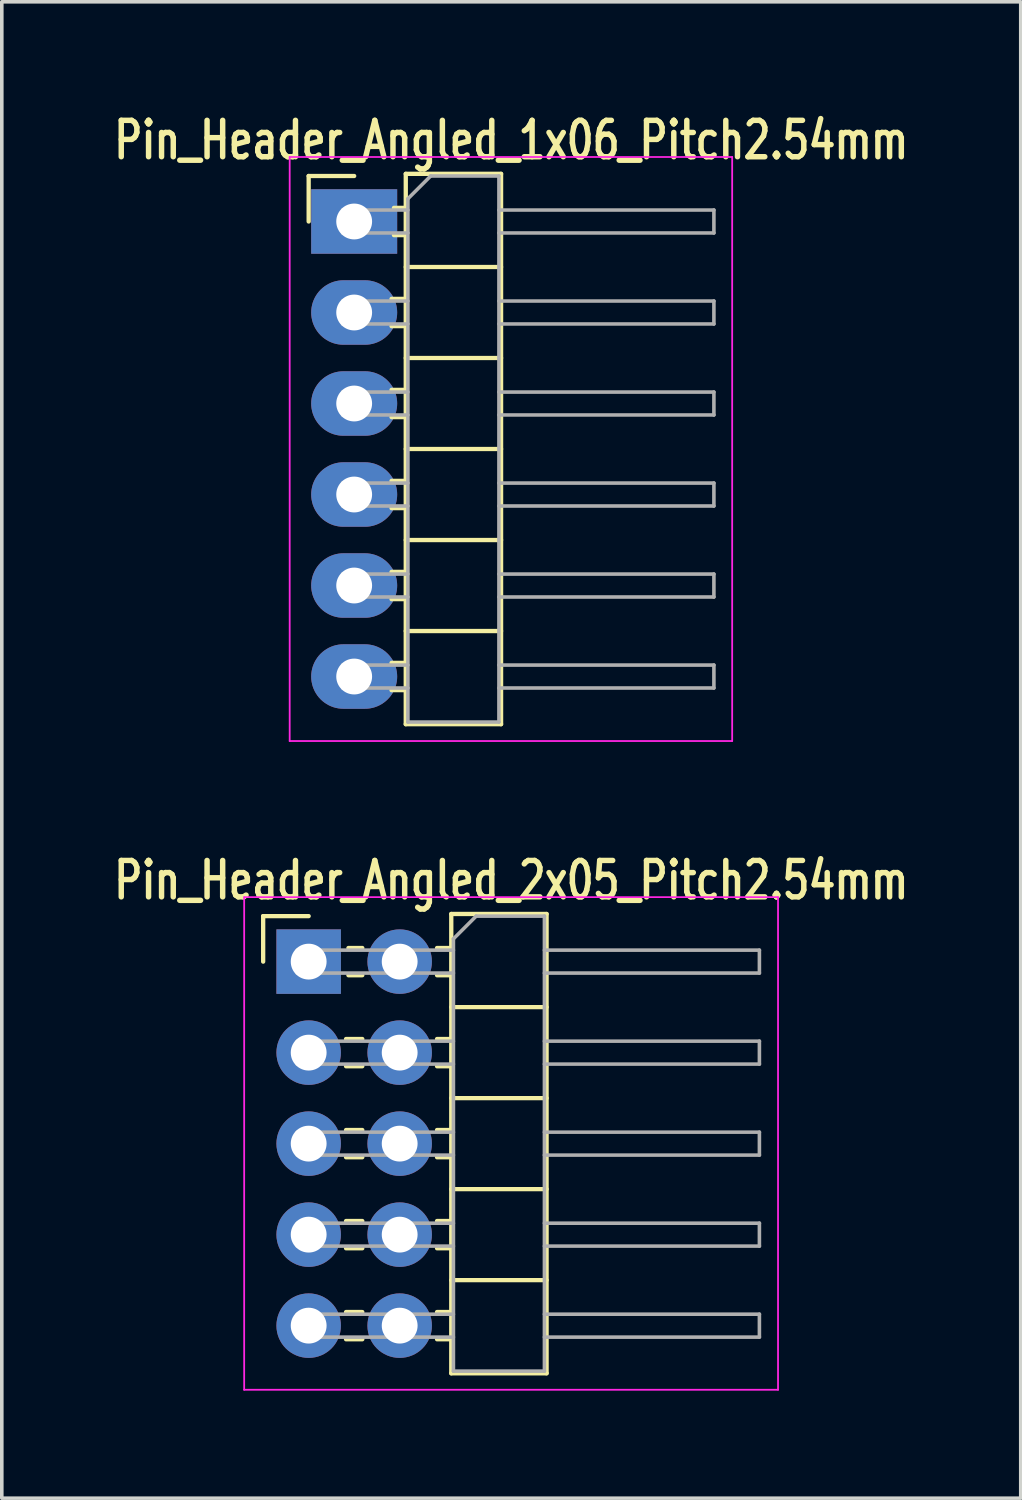
<source format=kicad_pcb>
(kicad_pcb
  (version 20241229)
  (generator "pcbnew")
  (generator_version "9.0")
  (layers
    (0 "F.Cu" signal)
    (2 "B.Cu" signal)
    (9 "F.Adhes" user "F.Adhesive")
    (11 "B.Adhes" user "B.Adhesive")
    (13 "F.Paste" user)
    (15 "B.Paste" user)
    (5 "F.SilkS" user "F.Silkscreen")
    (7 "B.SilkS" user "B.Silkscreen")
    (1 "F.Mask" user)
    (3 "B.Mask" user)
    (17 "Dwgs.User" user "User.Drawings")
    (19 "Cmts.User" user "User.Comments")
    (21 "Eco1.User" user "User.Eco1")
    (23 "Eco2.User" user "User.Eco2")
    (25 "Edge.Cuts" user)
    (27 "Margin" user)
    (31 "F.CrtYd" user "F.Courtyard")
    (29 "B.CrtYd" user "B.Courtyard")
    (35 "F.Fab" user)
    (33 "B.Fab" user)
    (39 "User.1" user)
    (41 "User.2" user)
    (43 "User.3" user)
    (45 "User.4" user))
  (footprint "Pin_Header_Angled_2x05_Pitch2.54mm"
    (layer "F.Cu")
    (at 5.565 23.789)
    (property "Reference" "Pin_Header_Angled_2x05_Pitch2.54mm" (at 5.655 -2.27 0) (layer "F.SilkS") (effects (font (size 1.016 0.762) (thickness 0.152))))
    (attr through_hole)
    (fp_line (start -1.27 -1.27) (end 0 -1.27) (stroke (width 0.12) (type solid)) (layer "F.SilkS"))
    (fp_line (start -1.27 0) (end -1.27 -1.27) (stroke (width 0.12) (type solid)) (layer "F.SilkS"))
    (fp_line (start 1.043 2.16) (end 1.497 2.16) (stroke (width 0.12) (type solid)) (layer "F.SilkS"))
    (fp_line (start 1.043 2.92) (end 1.497 2.92) (stroke (width 0.12) (type solid)) (layer "F.SilkS"))
    (fp_line (start 1.043 4.7) (end 1.497 4.7) (stroke (width 0.12) (type solid)) (layer "F.SilkS"))
    (fp_line (start 1.043 5.46) (end 1.497 5.46) (stroke (width 0.12) (type solid)) (layer "F.SilkS"))
    (fp_line (start 1.043 7.24) (end 1.497 7.24) (stroke (width 0.12) (type solid)) (layer "F.SilkS"))
    (fp_line (start 1.043 8) (end 1.497 8) (stroke (width 0.12) (type solid)) (layer "F.SilkS"))
    (fp_line (start 1.043 9.78) (end 1.497 9.78) (stroke (width 0.12) (type solid)) (layer "F.SilkS"))
    (fp_line (start 1.043 10.54) (end 1.497 10.54) (stroke (width 0.12) (type solid)) (layer "F.SilkS"))
    (fp_line (start 1.11 -0.38) (end 1.497 -0.38) (stroke (width 0.12) (type solid)) (layer "F.SilkS"))
    (fp_line (start 1.11 0.38) (end 1.497 0.38) (stroke (width 0.12) (type solid)) (layer "F.SilkS"))
    (fp_line (start 3.583 -0.38) (end 3.98 -0.38) (stroke (width 0.12) (type solid)) (layer "F.SilkS"))
    (fp_line (start 3.583 0.38) (end 3.98 0.38) (stroke (width 0.12) (type solid)) (layer "F.SilkS"))
    (fp_line (start 3.583 2.16) (end 3.98 2.16) (stroke (width 0.12) (type solid)) (layer "F.SilkS"))
    (fp_line (start 3.583 2.92) (end 3.98 2.92) (stroke (width 0.12) (type solid)) (layer "F.SilkS"))
    (fp_line (start 3.583 4.7) (end 3.98 4.7) (stroke (width 0.12) (type solid)) (layer "F.SilkS"))
    (fp_line (start 3.583 5.46) (end 3.98 5.46) (stroke (width 0.12) (type solid)) (layer "F.SilkS"))
    (fp_line (start 3.583 7.24) (end 3.98 7.24) (stroke (width 0.12) (type solid)) (layer "F.SilkS"))
    (fp_line (start 3.583 8) (end 3.98 8) (stroke (width 0.12) (type solid)) (layer "F.SilkS"))
    (fp_line (start 3.583 9.78) (end 3.98 9.78) (stroke (width 0.12) (type solid)) (layer "F.SilkS"))
    (fp_line (start 3.583 10.54) (end 3.98 10.54) (stroke (width 0.12) (type solid)) (layer "F.SilkS"))
    (fp_line (start 3.98 -1.33) (end 3.98 11.49) (stroke (width 0.12) (type solid)) (layer "F.SilkS"))
    (fp_line (start 3.98 1.27) (end 6.64 1.27) (stroke (width 0.12) (type solid)) (layer "F.SilkS"))
    (fp_line (start 3.98 3.81) (end 6.64 3.81) (stroke (width 0.12) (type solid)) (layer "F.SilkS"))
    (fp_line (start 3.98 6.35) (end 6.64 6.35) (stroke (width 0.12) (type solid)) (layer "F.SilkS"))
    (fp_line (start 3.98 8.89) (end 6.64 8.89) (stroke (width 0.12) (type solid)) (layer "F.SilkS"))
    (fp_line (start 3.98 11.49) (end 6.64 11.49) (stroke (width 0.12) (type solid)) (layer "F.SilkS"))
    (fp_line (start 6.64 -1.33) (end 3.98 -1.33) (stroke (width 0.12) (type solid)) (layer "F.SilkS"))
    (fp_line (start 6.64 11.49) (end 6.64 -1.33) (stroke (width 0.12) (type solid)) (layer "F.SilkS"))
    (fp_line (start -1.8 -1.8) (end -1.8 11.95) (stroke (width 0.05) (type solid)) (layer "F.CrtYd"))
    (fp_line (start -1.8 11.95) (end 13.1 11.95) (stroke (width 0.05) (type solid)) (layer "F.CrtYd"))
    (fp_line (start 13.1 -1.8) (end -1.8 -1.8) (stroke (width 0.05) (type solid)) (layer "F.CrtYd"))
    (fp_line (start 13.1 11.95) (end 13.1 -1.8) (stroke (width 0.05) (type solid)) (layer "F.CrtYd"))
    (fp_line (start -0.32 -0.32) (end -0.32 0.32) (stroke (width 0.1) (type solid)) (layer "F.Fab"))
    (fp_line (start -0.32 -0.32) (end 4.04 -0.32) (stroke (width 0.1) (type solid)) (layer "F.Fab"))
    (fp_line (start -0.32 0.32) (end 4.04 0.32) (stroke (width 0.1) (type solid)) (layer "F.Fab"))
    (fp_line (start -0.32 2.22) (end -0.32 2.86) (stroke (width 0.1) (type solid)) (layer "F.Fab"))
    (fp_line (start -0.32 2.22) (end 4.04 2.22) (stroke (width 0.1) (type solid)) (layer "F.Fab"))
    (fp_line (start -0.32 2.86) (end 4.04 2.86) (stroke (width 0.1) (type solid)) (layer "F.Fab"))
    (fp_line (start -0.32 4.76) (end -0.32 5.4) (stroke (width 0.1) (type solid)) (layer "F.Fab"))
    (fp_line (start -0.32 4.76) (end 4.04 4.76) (stroke (width 0.1) (type solid)) (layer "F.Fab"))
    (fp_line (start -0.32 5.4) (end 4.04 5.4) (stroke (width 0.1) (type solid)) (layer "F.Fab"))
    (fp_line (start -0.32 7.3) (end -0.32 7.94) (stroke (width 0.1) (type solid)) (layer "F.Fab"))
    (fp_line (start -0.32 7.3) (end 4.04 7.3) (stroke (width 0.1) (type solid)) (layer "F.Fab"))
    (fp_line (start -0.32 7.94) (end 4.04 7.94) (stroke (width 0.1) (type solid)) (layer "F.Fab"))
    (fp_line (start -0.32 9.84) (end -0.32 10.48) (stroke (width 0.1) (type solid)) (layer "F.Fab"))
    (fp_line (start -0.32 9.84) (end 4.04 9.84) (stroke (width 0.1) (type solid)) (layer "F.Fab"))
    (fp_line (start -0.32 10.48) (end 4.04 10.48) (stroke (width 0.1) (type solid)) (layer "F.Fab"))
    (fp_line (start 4.04 -0.635) (end 4.675 -1.27) (stroke (width 0.1) (type solid)) (layer "F.Fab"))
    (fp_line (start 4.04 11.43) (end 4.04 -0.635) (stroke (width 0.1) (type solid)) (layer "F.Fab"))
    (fp_line (start 4.675 -1.27) (end 6.58 -1.27) (stroke (width 0.1) (type solid)) (layer "F.Fab"))
    (fp_line (start 6.58 -1.27) (end 6.58 11.43) (stroke (width 0.1) (type solid)) (layer "F.Fab"))
    (fp_line (start 6.58 -0.32) (end 12.58 -0.32) (stroke (width 0.1) (type solid)) (layer "F.Fab"))
    (fp_line (start 6.58 0.32) (end 12.58 0.32) (stroke (width 0.1) (type solid)) (layer "F.Fab"))
    (fp_line (start 6.58 2.22) (end 12.58 2.22) (stroke (width 0.1) (type solid)) (layer "F.Fab"))
    (fp_line (start 6.58 2.86) (end 12.58 2.86) (stroke (width 0.1) (type solid)) (layer "F.Fab"))
    (fp_line (start 6.58 4.76) (end 12.58 4.76) (stroke (width 0.1) (type solid)) (layer "F.Fab"))
    (fp_line (start 6.58 5.4) (end 12.58 5.4) (stroke (width 0.1) (type solid)) (layer "F.Fab"))
    (fp_line (start 6.58 7.3) (end 12.58 7.3) (stroke (width 0.1) (type solid)) (layer "F.Fab"))
    (fp_line (start 6.58 7.94) (end 12.58 7.94) (stroke (width 0.1) (type solid)) (layer "F.Fab"))
    (fp_line (start 6.58 9.84) (end 12.58 9.84) (stroke (width 0.1) (type solid)) (layer "F.Fab"))
    (fp_line (start 6.58 10.48) (end 12.58 10.48) (stroke (width 0.1) (type solid)) (layer "F.Fab"))
    (fp_line (start 6.58 11.43) (end 4.04 11.43) (stroke (width 0.1) (type solid)) (layer "F.Fab"))
    (fp_line (start 12.58 -0.32) (end 12.58 0.32) (stroke (width 0.1) (type solid)) (layer "F.Fab"))
    (fp_line (start 12.58 2.22) (end 12.58 2.86) (stroke (width 0.1) (type solid)) (layer "F.Fab"))
    (fp_line (start 12.58 4.76) (end 12.58 5.4) (stroke (width 0.1) (type solid)) (layer "F.Fab"))
    (fp_line (start 12.58 7.3) (end 12.58 7.94) (stroke (width 0.1) (type solid)) (layer "F.Fab"))
    (fp_line (start 12.58 9.84) (end 12.58 10.48) (stroke (width 0.1) (type solid)) (layer "F.Fab"))
    (pad "1" thru_hole rect (at 0 0) (size 1.8 1.8) (drill 1) (layers "*.Cu" "*.Mask"))
    (pad "2" thru_hole oval (at 2.54 0) (size 1.8 1.8) (drill 1) (layers "*.Cu" "*.Mask"))
    (pad "3" thru_hole oval (at 0 2.54) (size 1.8 1.8) (drill 1) (layers "*.Cu" "*.Mask"))
    (pad "4" thru_hole oval (at 2.54 2.54) (size 1.8 1.8) (drill 1) (layers "*.Cu" "*.Mask"))
    (pad "5" thru_hole oval (at 0 5.08) (size 1.8 1.8) (drill 1) (layers "*.Cu" "*.Mask"))
    (pad "6" thru_hole oval (at 2.54 5.08) (size 1.8 1.8) (drill 1) (layers "*.Cu" "*.Mask"))
    (pad "7" thru_hole oval (at 0 7.62) (size 1.8 1.8) (drill 1) (layers "*.Cu" "*.Mask"))
    (pad "8" thru_hole oval (at 2.54 7.62) (size 1.8 1.8) (drill 1) (layers "*.Cu" "*.Mask"))
    (pad "9" thru_hole oval (at 0 10.16) (size 1.8 1.8) (drill 1) (layers "*.Cu" "*.Mask"))
    (pad "10" thru_hole oval (at 2.54 10.16) (size 1.8 1.8) (drill 1) (layers "*.Cu" "*.Mask")))
  (footprint "Pin_Header_Angled_1x06_Pitch2.54mm"
    (layer "F.Cu")
    (at 6.835 3.132)
    (property "Reference" "Pin_Header_Angled_1x06_Pitch2.54mm" (at 4.385 -2.27 0) (layer "F.SilkS") (effects (font (size 1.016 0.762) (thickness 0.152))))
    (attr through_hole)
    (fp_line (start -1.27 -1.27) (end 0 -1.27) (stroke (width 0.12) (type solid)) (layer "F.SilkS"))
    (fp_line (start -1.27 0) (end -1.27 -1.27) (stroke (width 0.12) (type solid)) (layer "F.SilkS"))
    (fp_line (start 1.043 2.16) (end 1.44 2.16) (stroke (width 0.12) (type solid)) (layer "F.SilkS"))
    (fp_line (start 1.043 2.92) (end 1.44 2.92) (stroke (width 0.12) (type solid)) (layer "F.SilkS"))
    (fp_line (start 1.043 4.7) (end 1.44 4.7) (stroke (width 0.12) (type solid)) (layer "F.SilkS"))
    (fp_line (start 1.043 5.46) (end 1.44 5.46) (stroke (width 0.12) (type solid)) (layer "F.SilkS"))
    (fp_line (start 1.043 7.24) (end 1.44 7.24) (stroke (width 0.12) (type solid)) (layer "F.SilkS"))
    (fp_line (start 1.043 8) (end 1.44 8) (stroke (width 0.12) (type solid)) (layer "F.SilkS"))
    (fp_line (start 1.043 9.78) (end 1.44 9.78) (stroke (width 0.12) (type solid)) (layer "F.SilkS"))
    (fp_line (start 1.043 10.54) (end 1.44 10.54) (stroke (width 0.12) (type solid)) (layer "F.SilkS"))
    (fp_line (start 1.043 12.32) (end 1.44 12.32) (stroke (width 0.12) (type solid)) (layer "F.SilkS"))
    (fp_line (start 1.043 13.08) (end 1.44 13.08) (stroke (width 0.12) (type solid)) (layer "F.SilkS"))
    (fp_line (start 1.11 -0.38) (end 1.44 -0.38) (stroke (width 0.12) (type solid)) (layer "F.SilkS"))
    (fp_line (start 1.11 0.38) (end 1.44 0.38) (stroke (width 0.12) (type solid)) (layer "F.SilkS"))
    (fp_line (start 1.44 -1.33) (end 1.44 14.03) (stroke (width 0.12) (type solid)) (layer "F.SilkS"))
    (fp_line (start 1.44 1.27) (end 4.1 1.27) (stroke (width 0.12) (type solid)) (layer "F.SilkS"))
    (fp_line (start 1.44 3.81) (end 4.1 3.81) (stroke (width 0.12) (type solid)) (layer "F.SilkS"))
    (fp_line (start 1.44 6.35) (end 4.1 6.35) (stroke (width 0.12) (type solid)) (layer "F.SilkS"))
    (fp_line (start 1.44 8.89) (end 4.1 8.89) (stroke (width 0.12) (type solid)) (layer "F.SilkS"))
    (fp_line (start 1.44 11.43) (end 4.1 11.43) (stroke (width 0.12) (type solid)) (layer "F.SilkS"))
    (fp_line (start 1.44 14.03) (end 4.1 14.03) (stroke (width 0.12) (type solid)) (layer "F.SilkS"))
    (fp_line (start 4.1 -1.33) (end 1.44 -1.33) (stroke (width 0.12) (type solid)) (layer "F.SilkS"))
    (fp_line (start 4.1 14.03) (end 4.1 -1.33) (stroke (width 0.12) (type solid)) (layer "F.SilkS"))
    (fp_line (start -1.8 -1.8) (end -1.8 14.5) (stroke (width 0.05) (type solid)) (layer "F.CrtYd"))
    (fp_line (start -1.8 14.5) (end 10.55 14.5) (stroke (width 0.05) (type solid)) (layer "F.CrtYd"))
    (fp_line (start 10.55 -1.8) (end -1.8 -1.8) (stroke (width 0.05) (type solid)) (layer "F.CrtYd"))
    (fp_line (start 10.55 14.5) (end 10.55 -1.8) (stroke (width 0.05) (type solid)) (layer "F.CrtYd"))
    (fp_line (start -0.32 -0.32) (end -0.32 0.32) (stroke (width 0.1) (type solid)) (layer "F.Fab"))
    (fp_line (start -0.32 -0.32) (end 1.5 -0.32) (stroke (width 0.1) (type solid)) (layer "F.Fab"))
    (fp_line (start -0.32 0.32) (end 1.5 0.32) (stroke (width 0.1) (type solid)) (layer "F.Fab"))
    (fp_line (start -0.32 2.22) (end -0.32 2.86) (stroke (width 0.1) (type solid)) (layer "F.Fab"))
    (fp_line (start -0.32 2.22) (end 1.5 2.22) (stroke (width 0.1) (type solid)) (layer "F.Fab"))
    (fp_line (start -0.32 2.86) (end 1.5 2.86) (stroke (width 0.1) (type solid)) (layer "F.Fab"))
    (fp_line (start -0.32 4.76) (end -0.32 5.4) (stroke (width 0.1) (type solid)) (layer "F.Fab"))
    (fp_line (start -0.32 4.76) (end 1.5 4.76) (stroke (width 0.1) (type solid)) (layer "F.Fab"))
    (fp_line (start -0.32 5.4) (end 1.5 5.4) (stroke (width 0.1) (type solid)) (layer "F.Fab"))
    (fp_line (start -0.32 7.3) (end -0.32 7.94) (stroke (width 0.1) (type solid)) (layer "F.Fab"))
    (fp_line (start -0.32 7.3) (end 1.5 7.3) (stroke (width 0.1) (type solid)) (layer "F.Fab"))
    (fp_line (start -0.32 7.94) (end 1.5 7.94) (stroke (width 0.1) (type solid)) (layer "F.Fab"))
    (fp_line (start -0.32 9.84) (end -0.32 10.48) (stroke (width 0.1) (type solid)) (layer "F.Fab"))
    (fp_line (start -0.32 9.84) (end 1.5 9.84) (stroke (width 0.1) (type solid)) (layer "F.Fab"))
    (fp_line (start -0.32 10.48) (end 1.5 10.48) (stroke (width 0.1) (type solid)) (layer "F.Fab"))
    (fp_line (start -0.32 12.38) (end -0.32 13.02) (stroke (width 0.1) (type solid)) (layer "F.Fab"))
    (fp_line (start -0.32 12.38) (end 1.5 12.38) (stroke (width 0.1) (type solid)) (layer "F.Fab"))
    (fp_line (start -0.32 13.02) (end 1.5 13.02) (stroke (width 0.1) (type solid)) (layer "F.Fab"))
    (fp_line (start 1.5 -0.635) (end 2.135 -1.27) (stroke (width 0.1) (type solid)) (layer "F.Fab"))
    (fp_line (start 1.5 13.97) (end 1.5 -0.635) (stroke (width 0.1) (type solid)) (layer "F.Fab"))
    (fp_line (start 2.135 -1.27) (end 4.04 -1.27) (stroke (width 0.1) (type solid)) (layer "F.Fab"))
    (fp_line (start 4.04 -1.27) (end 4.04 13.97) (stroke (width 0.1) (type solid)) (layer "F.Fab"))
    (fp_line (start 4.04 -0.32) (end 10.04 -0.32) (stroke (width 0.1) (type solid)) (layer "F.Fab"))
    (fp_line (start 4.04 0.32) (end 10.04 0.32) (stroke (width 0.1) (type solid)) (layer "F.Fab"))
    (fp_line (start 4.04 2.22) (end 10.04 2.22) (stroke (width 0.1) (type solid)) (layer "F.Fab"))
    (fp_line (start 4.04 2.86) (end 10.04 2.86) (stroke (width 0.1) (type solid)) (layer "F.Fab"))
    (fp_line (start 4.04 4.76) (end 10.04 4.76) (stroke (width 0.1) (type solid)) (layer "F.Fab"))
    (fp_line (start 4.04 5.4) (end 10.04 5.4) (stroke (width 0.1) (type solid)) (layer "F.Fab"))
    (fp_line (start 4.04 7.3) (end 10.04 7.3) (stroke (width 0.1) (type solid)) (layer "F.Fab"))
    (fp_line (start 4.04 7.94) (end 10.04 7.94) (stroke (width 0.1) (type solid)) (layer "F.Fab"))
    (fp_line (start 4.04 9.84) (end 10.04 9.84) (stroke (width 0.1) (type solid)) (layer "F.Fab"))
    (fp_line (start 4.04 10.48) (end 10.04 10.48) (stroke (width 0.1) (type solid)) (layer "F.Fab"))
    (fp_line (start 4.04 12.38) (end 10.04 12.38) (stroke (width 0.1) (type solid)) (layer "F.Fab"))
    (fp_line (start 4.04 13.02) (end 10.04 13.02) (stroke (width 0.1) (type solid)) (layer "F.Fab"))
    (fp_line (start 4.04 13.97) (end 1.5 13.97) (stroke (width 0.1) (type solid)) (layer "F.Fab"))
    (fp_line (start 10.04 -0.32) (end 10.04 0.32) (stroke (width 0.1) (type solid)) (layer "F.Fab"))
    (fp_line (start 10.04 2.22) (end 10.04 2.86) (stroke (width 0.1) (type solid)) (layer "F.Fab"))
    (fp_line (start 10.04 4.76) (end 10.04 5.4) (stroke (width 0.1) (type solid)) (layer "F.Fab"))
    (fp_line (start 10.04 7.3) (end 10.04 7.94) (stroke (width 0.1) (type solid)) (layer "F.Fab"))
    (fp_line (start 10.04 9.84) (end 10.04 10.48) (stroke (width 0.1) (type solid)) (layer "F.Fab"))
    (fp_line (start 10.04 12.38) (end 10.04 13.02) (stroke (width 0.1) (type solid)) (layer "F.Fab"))
    (pad "1" thru_hole rect (at 0 0) (size 2.4 1.8) (drill 1) (layers "*.Cu" "*.Mask"))
    (pad "2" thru_hole oval (at 0 2.54) (size 2.4 1.8) (drill 1) (layers "*.Cu" "*.Mask"))
    (pad "3" thru_hole oval (at 0 5.08) (size 2.4 1.8) (drill 1) (layers "*.Cu" "*.Mask"))
    (pad "4" thru_hole oval (at 0 7.62) (size 2.4 1.8) (drill 1) (layers "*.Cu" "*.Mask"))
    (pad "5" thru_hole oval (at 0 10.16) (size 2.4 1.8) (drill 1) (layers "*.Cu" "*.Mask"))
    (pad "6" thru_hole oval (at 0 12.7) (size 2.4 1.8) (drill 1) (layers "*.Cu" "*.Mask")))
  (gr_rect
    (start -3 -3)
    (end 25.439 38.764)
    (stroke (width 0.1) (type default))
    (fill no)
    (layer "Edge.Cuts")))
</source>
